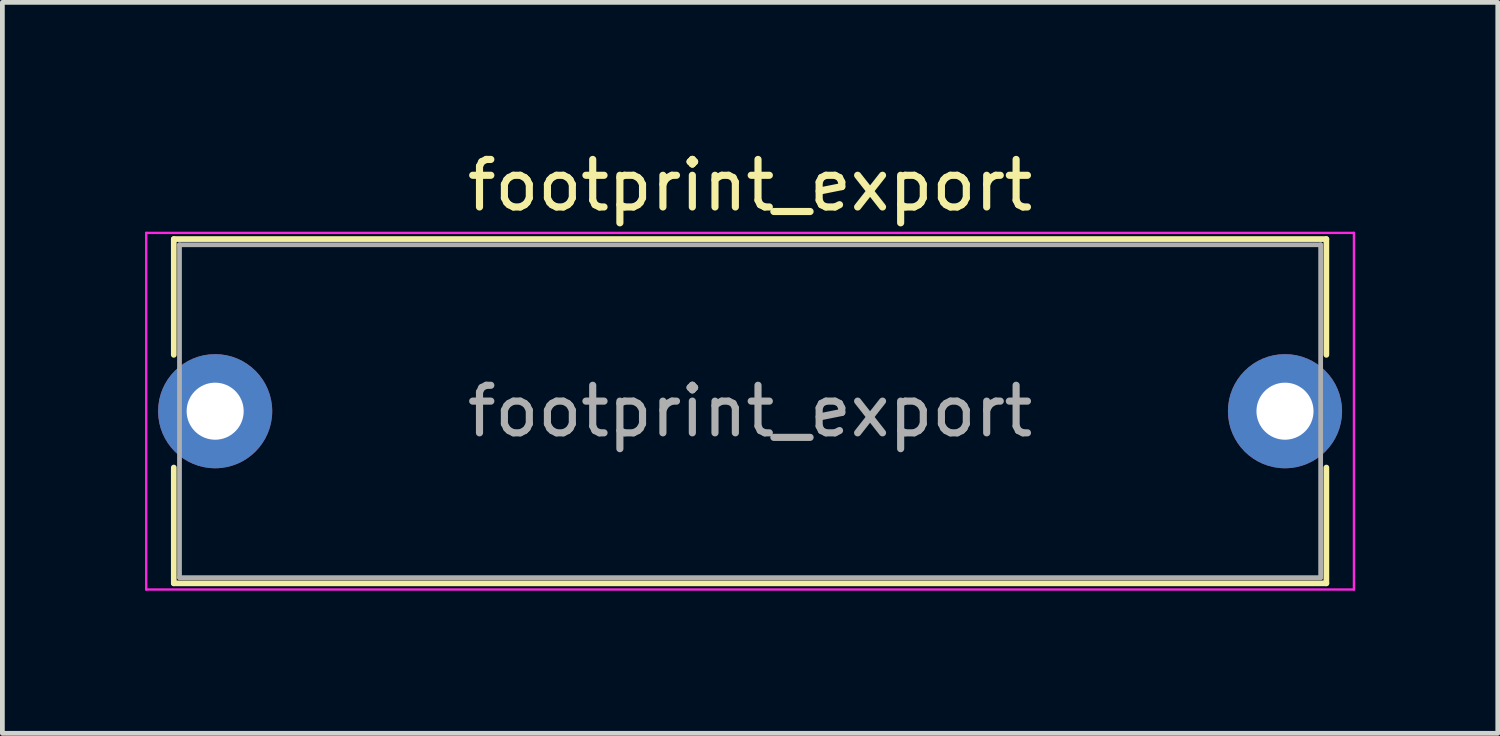
<source format=kicad_pcb>
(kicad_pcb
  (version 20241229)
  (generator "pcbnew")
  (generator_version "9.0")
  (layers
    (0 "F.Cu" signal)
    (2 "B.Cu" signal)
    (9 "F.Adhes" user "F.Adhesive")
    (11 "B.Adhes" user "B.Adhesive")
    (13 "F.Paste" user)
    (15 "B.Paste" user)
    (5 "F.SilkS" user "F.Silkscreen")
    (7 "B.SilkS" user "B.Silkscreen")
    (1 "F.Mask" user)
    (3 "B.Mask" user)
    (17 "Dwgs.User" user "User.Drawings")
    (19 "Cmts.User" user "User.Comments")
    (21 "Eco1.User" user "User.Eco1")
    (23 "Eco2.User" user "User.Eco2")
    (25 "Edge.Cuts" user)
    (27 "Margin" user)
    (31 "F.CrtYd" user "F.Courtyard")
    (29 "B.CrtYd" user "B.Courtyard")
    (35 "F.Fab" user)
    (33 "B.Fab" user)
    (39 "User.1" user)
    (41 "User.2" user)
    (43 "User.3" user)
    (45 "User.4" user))
  (footprint "footprint_export"
    (layer "F.Cu")
    (at 1.475 5.598)
    (property "Reference" "footprint_export" (at 11.25 -4.75 0) (layer "F.SilkS") (effects (font (size 1 1) (thickness 0.15))))
    (attr through_hole)
    (fp_line (start -0.87 -3.62) (end -0.87 -1.185) (stroke (width 0.12) (type solid)) (layer "F.SilkS"))
    (fp_line (start -0.87 -3.62) (end 23.37 -3.62) (stroke (width 0.12) (type solid)) (layer "F.SilkS"))
    (fp_line (start -0.87 1.185) (end -0.87 3.62) (stroke (width 0.12) (type solid)) (layer "F.SilkS"))
    (fp_line (start -0.87 3.62) (end 23.37 3.62) (stroke (width 0.12) (type solid)) (layer "F.SilkS"))
    (fp_line (start 23.37 -3.62) (end 23.37 -1.185) (stroke (width 0.12) (type solid)) (layer "F.SilkS"))
    (fp_line (start 23.37 1.185) (end 23.37 3.62) (stroke (width 0.12) (type solid)) (layer "F.SilkS"))
    (fp_line (start -1.45 -3.75) (end -1.45 3.75) (stroke (width 0.05) (type solid)) (layer "F.CrtYd"))
    (fp_line (start -1.45 3.75) (end 23.95 3.75) (stroke (width 0.05) (type solid)) (layer "F.CrtYd"))
    (fp_line (start 23.95 -3.75) (end -1.45 -3.75) (stroke (width 0.05) (type solid)) (layer "F.CrtYd"))
    (fp_line (start 23.95 3.75) (end 23.95 -3.75) (stroke (width 0.05) (type solid)) (layer "F.CrtYd"))
    (fp_line (start -0.75 -3.5) (end -0.75 3.5) (stroke (width 0.1) (type solid)) (layer "F.Fab"))
    (fp_line (start -0.75 3.5) (end 23.25 3.5) (stroke (width 0.1) (type solid)) (layer "F.Fab"))
    (fp_line (start 23.25 -3.5) (end -0.75 -3.5) (stroke (width 0.1) (type solid)) (layer "F.Fab"))
    (fp_line (start 23.25 3.5) (end 23.25 -3.5) (stroke (width 0.1) (type solid)) (layer "F.Fab"))
    (fp_text user "${REFERENCE}" (at 11.25 0 0) (layer "F.Fab") (effects (font (size 1 1) (thickness 0.15))))
    (pad "1" thru_hole circle (at 0 0) (size 2.4 2.4) (drill 1.2) (layers "*.Cu" "*.Mask"))
    (pad "2" thru_hole circle (at 22.5 0) (size 2.4 2.4) (drill 1.2) (layers "*.Cu" "*.Mask")))
  (gr_rect
    (start -3 -3)
    (end 28.45 12.373)
    (stroke (width 0.1) (type default))
    (fill no)
    (layer "Edge.Cuts")))
</source>
